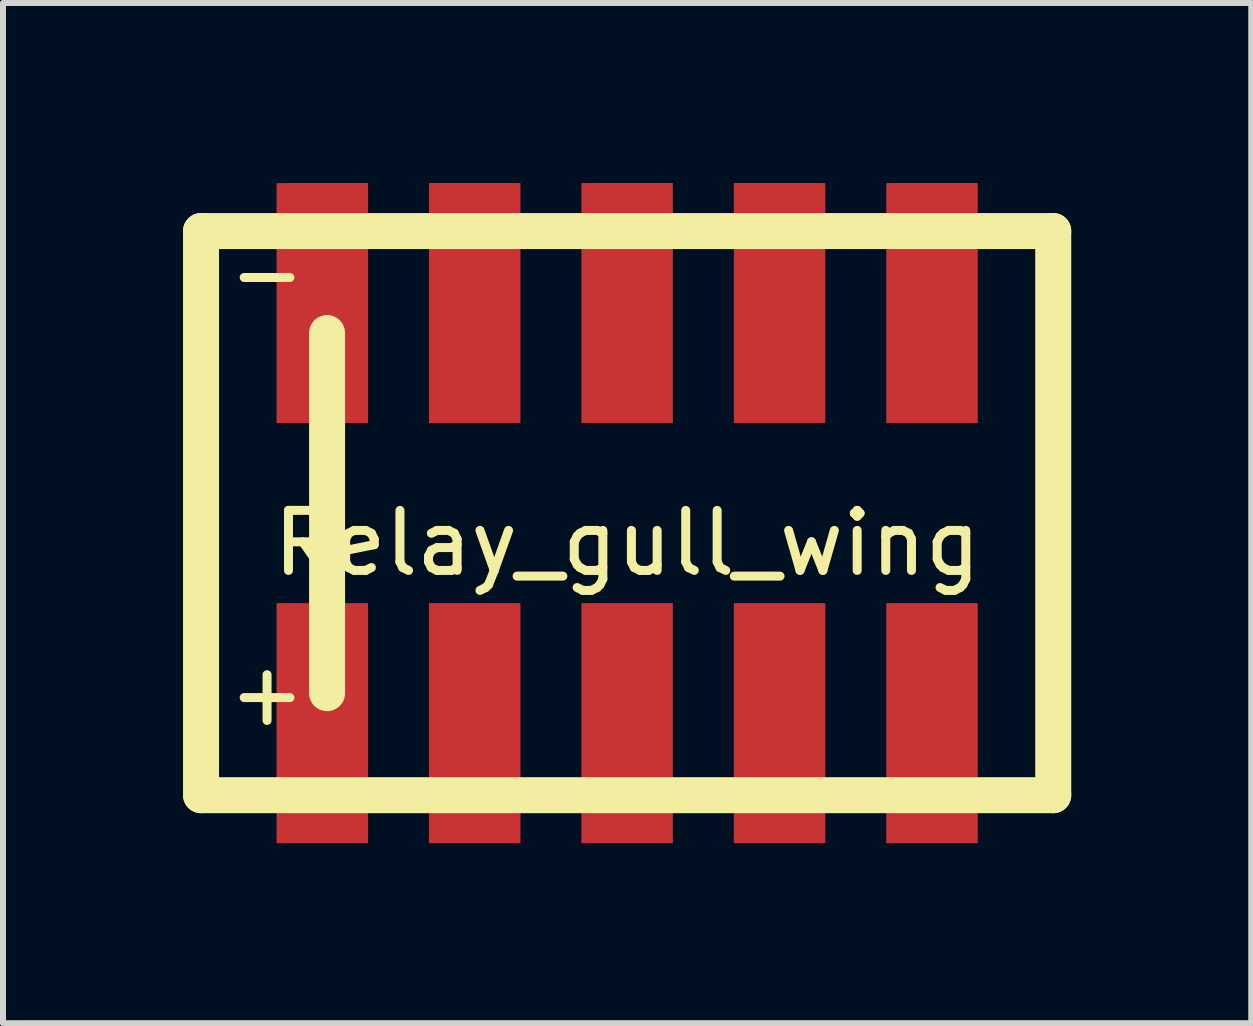
<source format=kicad_pcb>
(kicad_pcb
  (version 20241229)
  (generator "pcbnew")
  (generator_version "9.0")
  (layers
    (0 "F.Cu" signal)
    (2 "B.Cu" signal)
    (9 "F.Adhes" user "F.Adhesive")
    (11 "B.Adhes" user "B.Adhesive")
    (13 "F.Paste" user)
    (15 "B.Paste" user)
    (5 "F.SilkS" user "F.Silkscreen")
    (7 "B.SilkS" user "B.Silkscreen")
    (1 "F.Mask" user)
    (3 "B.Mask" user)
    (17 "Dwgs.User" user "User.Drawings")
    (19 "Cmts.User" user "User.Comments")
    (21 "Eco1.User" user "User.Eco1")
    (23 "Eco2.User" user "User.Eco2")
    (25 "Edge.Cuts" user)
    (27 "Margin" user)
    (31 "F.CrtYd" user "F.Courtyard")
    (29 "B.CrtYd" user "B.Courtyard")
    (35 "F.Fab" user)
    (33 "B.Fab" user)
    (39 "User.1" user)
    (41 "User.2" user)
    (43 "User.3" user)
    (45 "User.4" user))
  (footprint "Relay_gull_wing"
    (layer "F.Cu")
    (at 7.4 5.5)
    (property "Reference" "Relay_gull_wing" (at 0 0.5 0) (layer "F.SilkS") (effects (font (size 1 1) (thickness 0.15))))
    (attr through_hole)
    (fp_line (start -7.1 -4.7) (end 7.1 -4.7) (stroke (width 0.6) (type solid)) (layer "F.SilkS"))
    (fp_line (start -7.1 4.7) (end -7.1 -4.7) (stroke (width 0.6) (type solid)) (layer "F.SilkS"))
    (fp_line (start -5 -3) (end -5 3) (stroke (width 0.6) (type solid)) (layer "F.SilkS"))
    (fp_line (start 7.1 -4.7) (end 7.1 4.7) (stroke (width 0.6) (type solid)) (layer "F.SilkS"))
    (fp_line (start 7.1 4.7) (end -7.1 4.7) (stroke (width 0.6) (type solid)) (layer "F.SilkS"))
    (fp_text user "-" (at -6 -4 0) (layer "F.SilkS") (effects (font (size 1 1) (thickness 0.15))))
    (fp_text user "+" (at -6 3 0) (layer "F.SilkS") (effects (font (size 1 1) (thickness 0.15))))
    (pad "1" smd rect (at -5.08 3.5) (size 1.524 4) (layers "F.Cu" "F.Mask" "F.Paste"))
    (pad "2" smd rect (at -2.54 3.5) (size 1.524 4) (layers "F.Cu" "F.Mask" "F.Paste"))
    (pad "3" smd rect (at 0 3.5) (size 1.524 4) (layers "F.Cu" "F.Mask" "F.Paste"))
    (pad "4" smd rect (at 2.54 3.5) (size 1.524 4) (layers "F.Cu" "F.Mask" "F.Paste"))
    (pad "5" smd rect (at 5.08 3.5) (size 1.524 4) (layers "F.Cu" "F.Mask" "F.Paste"))
    (pad "6" smd rect (at 5.08 -3.5) (size 1.524 4) (layers "F.Cu" "F.Mask" "F.Paste"))
    (pad "7" smd rect (at 2.54 -3.5) (size 1.524 4) (layers "F.Cu" "F.Mask" "F.Paste"))
    (pad "8" smd rect (at 0 -3.5) (size 1.524 4) (layers "F.Cu" "F.Mask" "F.Paste"))
    (pad "9" smd rect (at -2.54 -3.5) (size 1.524 4) (layers "F.Cu" "F.Mask" "F.Paste"))
    (pad "10" smd rect (at -5.08 -3.5) (size 1.524 4) (layers "F.Cu" "F.Mask" "F.Paste")))
  (gr_rect
    (start -3 -3)
    (end 17.8 14)
    (stroke (width 0.1) (type default))
    (fill no)
    (layer "Edge.Cuts")))
</source>
